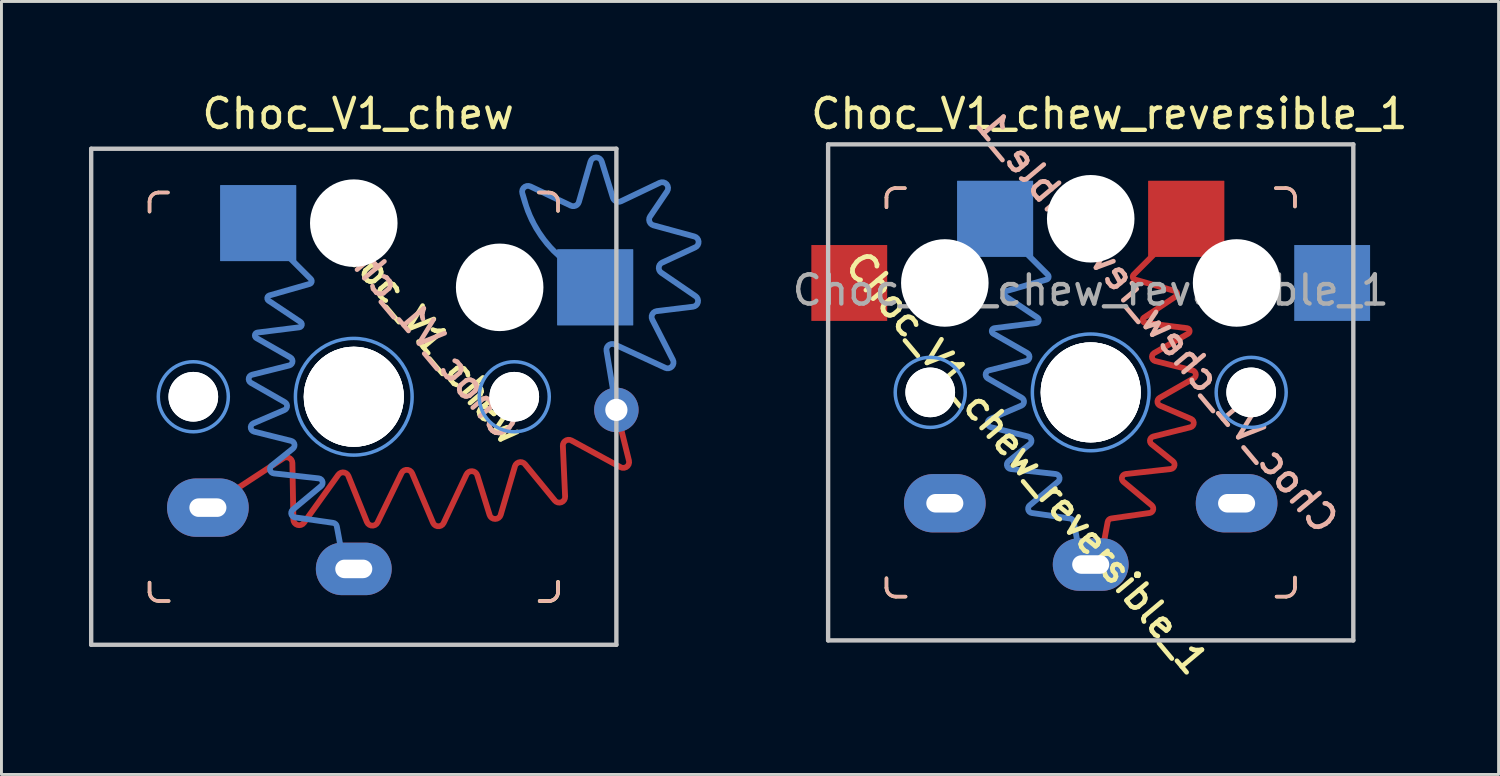
<source format=kicad_pcb>
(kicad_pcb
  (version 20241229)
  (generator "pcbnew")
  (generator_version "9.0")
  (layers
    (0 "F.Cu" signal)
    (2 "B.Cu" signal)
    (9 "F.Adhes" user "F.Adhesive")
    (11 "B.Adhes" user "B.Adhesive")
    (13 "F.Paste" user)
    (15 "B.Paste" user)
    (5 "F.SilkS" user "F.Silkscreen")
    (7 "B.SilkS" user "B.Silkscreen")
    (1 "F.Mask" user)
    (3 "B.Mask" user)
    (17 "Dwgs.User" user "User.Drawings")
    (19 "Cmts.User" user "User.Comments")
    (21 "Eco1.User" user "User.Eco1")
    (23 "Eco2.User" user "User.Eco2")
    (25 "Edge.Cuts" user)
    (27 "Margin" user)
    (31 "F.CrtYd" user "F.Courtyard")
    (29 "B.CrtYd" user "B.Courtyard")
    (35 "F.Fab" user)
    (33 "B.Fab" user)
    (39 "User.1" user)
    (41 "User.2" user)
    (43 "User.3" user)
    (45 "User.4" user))
  (footprint "Choc_V1_chew_reversible_1"
    (layer "F.Cu")
    (at 34.332 10.398)
    (property "Reference" "Choc_V1_chew_reversible_1" (at 0.64 -9.55 0) (layer "F.SilkS") (effects (font (size 1 1) (thickness 0.15))))
    (attr through_hole)
    (fp_line (start -7 -6.675) (end -7 -6.345) (stroke (width 0.12) (type solid)) (layer "F.SilkS"))
    (fp_line (start -7 6.7) (end -7 6.37) (stroke (width 0.12) (type solid)) (layer "F.SilkS"))
    (fp_line (start -6.7 -7) (end -6.37 -7) (stroke (width 0.12) (type solid)) (layer "F.SilkS"))
    (fp_line (start -6.675 7) (end -6.345 7) (stroke (width 0.12) (type solid)) (layer "F.SilkS"))
    (fp_line (start 6.675 -7) (end 6.345 -7) (stroke (width 0.12) (type solid)) (layer "F.SilkS"))
    (fp_line (start 6.7 7) (end 6.37 7) (stroke (width 0.12) (type solid)) (layer "F.SilkS"))
    (fp_line (start 7 -6.7) (end 7 -6.37) (stroke (width 0.12) (type solid)) (layer "F.SilkS"))
    (fp_line (start 7 6.675) (end 7 6.345) (stroke (width 0.12) (type solid)) (layer "F.SilkS"))
    (fp_arc (start -7.000002 -6.679998) (mid -6.916276 -6.902132) (end -6.7 -7) (stroke (width 0.12) (type solid)) (layer "F.SilkS"))
    (fp_arc (start -6.679999 7.000001) (mid -6.902133 6.916275) (end -7.000001 6.699999) (stroke (width 0.12) (type solid)) (layer "F.SilkS"))
    (fp_arc (start 6.679998 -7.000002) (mid 6.902132 -6.916277) (end 7 -6.7) (stroke (width 0.12) (type solid)) (layer "F.SilkS"))
    (fp_arc (start 7.000002 6.679998) (mid 6.916277 6.902132) (end 6.7 7) (stroke (width 0.12) (type solid)) (layer "F.SilkS"))
    (fp_line (start -7 -6.675) (end -7 -6.345) (stroke (width 0.12) (type solid)) (layer "B.SilkS"))
    (fp_line (start -7 6.7) (end -7 6.37) (stroke (width 0.12) (type solid)) (layer "B.SilkS"))
    (fp_line (start -6.7 -7) (end -6.37 -7) (stroke (width 0.12) (type solid)) (layer "B.SilkS"))
    (fp_line (start -6.675 7) (end -6.345 7) (stroke (width 0.12) (type solid)) (layer "B.SilkS"))
    (fp_line (start 6.675 -7) (end 6.345 -7) (stroke (width 0.12) (type solid)) (layer "B.SilkS"))
    (fp_line (start 6.7 7) (end 6.37 7) (stroke (width 0.12) (type solid)) (layer "B.SilkS"))
    (fp_line (start 7 -6.7) (end 7 -6.37) (stroke (width 0.12) (type solid)) (layer "B.SilkS"))
    (fp_line (start 7 6.675) (end 7 6.345) (stroke (width 0.12) (type solid)) (layer "B.SilkS"))
    (fp_arc (start -7.000002 -6.679998) (mid -6.916276 -6.902132) (end -6.7 -7) (stroke (width 0.12) (type solid)) (layer "B.SilkS"))
    (fp_arc (start -6.679999 7.000001) (mid -6.902133 6.916275) (end -7.000001 6.699999) (stroke (width 0.12) (type solid)) (layer "B.SilkS"))
    (fp_arc (start 6.679998 -7.000002) (mid 6.902132 -6.916277) (end 7 -6.7) (stroke (width 0.12) (type solid)) (layer "B.SilkS"))
    (fp_arc (start 7.000002 6.679998) (mid 6.916277 6.902132) (end 6.7 7) (stroke (width 0.12) (type solid)) (layer "B.SilkS"))
    (fp_line (start -9 -8.5) (end -9 8.5) (stroke (width 0.15) (type solid)) (layer "Dwgs.User"))
    (fp_line (start -9 8.5) (end 9 8.5) (stroke (width 0.15) (type solid)) (layer "Dwgs.User"))
    (fp_line (start 9 -8.5) (end -9 -8.5) (stroke (width 0.15) (type solid)) (layer "Dwgs.User"))
    (fp_line (start 9 -8.5) (end 9 8.5) (stroke (width 0.15) (type solid)) (layer "Dwgs.User"))
    (fp_circle (center -5.5 0) (end -6.7 0) (stroke (width 0.12) (type solid)) (fill no) (layer "Cmts.User"))
    (fp_circle (center 0 0) (end -2 0) (stroke (width 0.12) (type solid)) (fill no) (layer "Cmts.User"))
    (fp_circle (center 5.5 0) (end 4.3 0) (stroke (width 0.12) (type solid)) (fill no) (layer "Cmts.User"))
    (fp_text user "${REFERENCE}" (at -2.2 2.42 130) (layer "F.SilkS") (effects (font (size 0.9 0.9) (thickness 0.16))))
    (fp_text user "${REFERENCE}" (at 2.27 -2.42 130) (layer "B.SilkS") (effects (font (size 0.9 0.9) (thickness 0.16)) (justify mirror)))
    (fp_text user "${REFERENCE}" (at 0 -3.5 180) (layer "F.Fab") (effects (font (size 1 1) (thickness 0.15))))
    (pad "" np_thru_hole circle (at -5.5 0 180) (size 1.702 1.702) (drill 1.702) (layers "*.Cu" "*.Mask"))
    (pad "" np_thru_hole circle (at -5.5 0 358) (size 1.702 1.702) (drill 1.702) (layers "*.Cu" "*.Mask"))
    (pad "" np_thru_hole circle (at -5 -3.75 180) (size 3 3) (drill 3) (layers "*.Cu" "*.Mask"))
    (pad "" np_thru_hole circle (at 0 -5.95 180) (size 3 3) (drill 3) (layers "*.Cu" "*.Mask"))
    (pad "" np_thru_hole circle (at 0 0 2) (size 3.429 3.429) (drill 3.429) (layers "*.Cu" "*.Mask"))
    (pad "" np_thru_hole circle (at 0 0 358) (size 3.429 3.429) (drill 3.429) (layers "*.Cu" "*.Mask"))
    (pad "" np_thru_hole circle (at 0 0 180) (size 3.429 3.429) (drill 3.429) (layers "*.Cu" "*.Mask"))
    (pad "" np_thru_hole circle (at 5 -3.75 180) (size 3 3) (drill 3) (layers "*.Cu" "*.Mask"))
    (pad "" np_thru_hole circle (at 5.5 0 358) (size 1.702 1.702) (drill 1.702) (layers "*.Cu" "*.Mask"))
    (pad "" np_thru_hole circle (at 5.5 0 180) (size 1.702 1.702) (drill 1.702) (layers "*.Cu" "*.Mask"))
    (pad "1" smd rect (at -3.275 -5.95 180) (size 2.6 2.6) (layers "B.Cu" "B.Mask" "B.Paste"))
    (pad "1" smd custom (at -3.275 -5.95 180) (size 2.6 2.6) (layers "B.Cu") (options (anchor rect)) (primitives (gr_line (start -0.425 -0.537) (end -1.805 -1.917) (width 0.2)) (gr_arc (start -1.804588 -1.916576) (mid -1.830646 -2.012346) (end -1.761349 -2.083439) (width 0.2)) (gr_line (start -1.761 -2.083) (end -0.383 -2.477) (width 0.2)) (gr_arc (start -0.354688 -2.656701) (mid -0.311316 -2.558039) (end -0.382686 -2.477343) (width 0.2)) (gr_line (start -0.355 -2.657) (end -1.451 -3.388) (width 0.2)) (gr_arc (start -1.451121 -3.387656) (mid -1.492971 -3.493827) (end -1.408054 -3.570089) (width 0.2)) (gr_line (start -1.408 -3.57) (end 0.028 -3.75) (width 0.2)) (gr_arc (start 0.064765 -3.935592) (mid 0.113219 -3.82914) (end 0.027554 -3.74954) (width 0.2)) (gr_line (start -1.101 -4.602) (end 0.065 -3.936) (width 0.2)) (gr_arc (start -1.100634 -4.601534) (mid -1.174812 -4.752253) (end -1.062593 -4.877292) (width 0.2)) (gr_line (start 0.213 -5.196) (end -1.063 -4.877) (width 0.2)) (gr_arc (start 0.25111 -5.471966) (mid 0.325288 -5.321247) (end 0.213069 -5.196208) (width 0.2)) (gr_line (start -0.913 -6.137) (end 0.251 -5.472) (width 0.2)) (gr_arc (start -0.913225 -6.1373) (mid -0.98855 -6.276109) (end -0.897892 -6.405409) (width 0.2)) (gr_line (start 0.166 -6.861) (end -0.898 -6.405) (width 0.2)) (gr_arc (start 0.143264 -7.144743) (mid 0.256343 -7.011219) (end 0.165972 -6.86135) (width 0.2)) (gr_line (start -1.131 -7.463) (end 0.143 -7.145) (width 0.2)) (gr_arc (start -1.130942 -7.463295) (mid -1.241141 -7.576844) (end -1.188266 -7.725946) (width 0.2)) (gr_line (start -0.458 -8.311) (end -1.188 -7.726) (width 0.2)) (gr_arc (start -0.534679 -8.576741) (mid -0.407179 -8.469401) (end -0.45754 -8.310528) (width 0.2)) (gr_line (start -2.075 -8.748) (end -0.535 -8.577) (width 0.2)) (gr_arc (start -2.074784 -8.747864) (mid -2.201908 -8.853758) (end -2.154247 -9.012179) (width 0.2)) (gr_line (start -1.184 -9.821) (end -2.154 -9.012) (width 0.2)) (gr_arc (start -1.258786 -10.084468) (mid -1.135641 -9.976906) (end -1.183972 -9.820742) (width 0.2)) (gr_line (start -2.568 -10.272) (end -1.259 -10.084) (width 0.2)) (gr_arc (start -2.568102 -10.271513) (mid -2.650746 -10.31178) (end -2.694381 -10.392692) (width 0.2)) (gr_line (start -2.925 -11.637) (end -2.694 -10.393) (width 0.2))))
    (pad "1" thru_hole oval (at 0 5.9 180) (size 2.6 1.8) (drill oval 1.27 0.635) (layers "*.Cu" "*.Mask"))
    (pad "1" smd rect (at 3.275 -5.95 180) (size 2.6 2.6) (layers "F.Cu" "F.Mask" "F.Paste"))
    (pad "1" smd custom (at 3.275 -5.95 180) (size 2.6 2.6) (layers "F.Cu") (options (anchor rect)) (primitives (gr_line (start 1.805 -1.917) (end 0.425 -0.537) (width 0.2)) (gr_arc (start 1.761349 -2.083439) (mid 1.830699 -2.01236) (end 1.804588 -1.916576) (width 0.2)) (gr_line (start 0.383 -2.477) (end 1.761 -2.083) (width 0.2)) (gr_arc (start 0.382686 -2.477343) (mid 0.311398 -2.558052) (end 0.354688 -2.656701) (width 0.2)) (gr_line (start 1.451 -3.388) (end 0.355 -2.657) (width 0.2)) (gr_arc (start 1.408054 -3.570089) (mid 1.492995 -3.493832) (end 1.451121 -3.387656) (width 0.2)) (gr_line (start -0.028 -3.75) (end 1.408 -3.57) (width 0.2)) (gr_arc (start -0.027554 -3.74954) (mid -0.113181 -3.829147) (end -0.064765 -3.935592) (width 0.2)) (gr_line (start -0.065 -3.936) (end 1.101 -4.602) (width 0.2)) (gr_arc (start 1.062593 -4.877292) (mid 1.174861 -4.75226) (end 1.100634 -4.601534) (width 0.2)) (gr_line (start 1.063 -4.877) (end -0.213 -5.196) (width 0.2)) (gr_arc (start -0.213069 -5.196208) (mid -0.325337 -5.32124) (end -0.25111 -5.471966) (width 0.2)) (gr_line (start -0.251 -5.472) (end 0.913 -6.137) (width 0.2)) (gr_arc (start 0.897892 -6.405409) (mid 0.988523 -6.276108) (end 0.913225 -6.1373) (width 0.2)) (gr_line (start 0.898 -6.405) (end -0.166 -6.861) (width 0.2)) (gr_arc (start -0.165972 -6.86135) (mid -0.256404 -7.011224) (end -0.143264 -7.144743) (width 0.2)) (gr_line (start -0.143 -7.145) (end 1.131 -7.463) (width 0.2)) (gr_arc (start 1.188266 -7.725946) (mid 1.241083 -7.576857) (end 1.130942 -7.463295) (width 0.2)) (gr_line (start 1.188 -7.726) (end 0.458 -8.311) (width 0.2)) (gr_arc (start 0.45754 -8.310528) (mid 0.407184 -8.4694) (end 0.534679 -8.576741) (width 0.2)) (gr_line (start 0.535 -8.577) (end 2.075 -8.748) (width 0.2)) (gr_arc (start 2.154247 -9.012179) (mid 2.20188 -8.853767) (end 2.074784 -8.747864) (width 0.2)) (gr_line (start 2.154 -9.012) (end 1.184 -9.821) (width 0.2)) (gr_arc (start 1.183972 -9.820742) (mid 1.135702 -9.976889) (end 1.258786 -10.084468) (width 0.2)) (gr_line (start 1.259 -10.084) (end 2.568 -10.272) (width 0.2)) (gr_arc (start 2.694381 -10.392692) (mid 2.650737 -10.31179) (end 2.568102 -10.271513) (width 0.2)) (gr_line (start 2.694 -10.393) (end 2.925 -11.637) (width 0.2))))
    (pad "2" smd rect (at -8.275 -3.75 180) (size 2.6 2.6) (layers "F.Cu" "F.Mask" "F.Paste"))
    (pad "2" thru_hole oval (at -5 3.8 180) (size 2.8 2) (drill oval 1.27 0.635) (layers "*.Cu" "*.Mask"))
    (pad "2" thru_hole oval (at 5 3.8 180) (size 2.8 2) (drill oval 1.27 0.635) (layers "*.Cu" "*.Mask"))
    (pad "2" smd rect (at 8.275 -3.75 180) (size 2.6 2.6) (layers "B.Cu" "B.Mask" "B.Paste")))
  (footprint "Choc_V1_chew"
    (layer "F.Cu")
    (at 9.075 10.548)
    (property "Reference" "Choc_V1_chew" (at 0.15 -9.7 0) (layer "F.SilkS") (effects (font (size 1 1) (thickness 0.15))))
    (attr through_hole)
    (fp_line (start -7 -6.675) (end -7 -6.345) (stroke (width 0.12) (type solid)) (layer "F.SilkS"))
    (fp_line (start -7 6.7) (end -7 6.37) (stroke (width 0.12) (type solid)) (layer "F.SilkS"))
    (fp_line (start -6.7 -7) (end -6.37 -7) (stroke (width 0.12) (type solid)) (layer "F.SilkS"))
    (fp_line (start -6.675 7) (end -6.345 7) (stroke (width 0.12) (type solid)) (layer "F.SilkS"))
    (fp_line (start 6.675 -7) (end 6.345 -7) (stroke (width 0.12) (type solid)) (layer "F.SilkS"))
    (fp_line (start 6.7 7) (end 6.37 7) (stroke (width 0.12) (type solid)) (layer "F.SilkS"))
    (fp_line (start 6.7 7) (end 6.37 7) (stroke (width 0.12) (type solid)) (layer "F.SilkS"))
    (fp_line (start 7 6.675) (end 7 6.345) (stroke (width 0.12) (type solid)) (layer "F.SilkS"))
    (fp_line (start 7 -6.7) (end 7 -6.37) (stroke (width 0.12) (type solid)) (layer "F.SilkS"))
    (fp_line (start 7 6.675) (end 7 6.345) (stroke (width 0.12) (type solid)) (layer "F.SilkS"))
    (fp_arc (start -7.000002 -6.679997) (mid -6.916276 -6.902132) (end -6.7 -7.000001) (stroke (width 0.12) (type solid)) (layer "F.SilkS"))
    (fp_arc (start -6.679999 7.000002) (mid -6.902134 6.916276) (end -7.000001 6.699998) (stroke (width 0.12) (type solid)) (layer "F.SilkS"))
    (fp_arc (start 6.679997 -7.000002) (mid 6.902132 -6.916277) (end 7.000001 -6.7) (stroke (width 0.12) (type solid)) (layer "F.SilkS"))
    (fp_arc (start 7.000002 6.679997) (mid 6.916277 6.902132) (end 6.7 7.000001) (stroke (width 0.12) (type solid)) (layer "F.SilkS"))
    (fp_arc (start 7.000002 6.679999) (mid 6.916276 6.902134) (end 6.699998 7.000001) (stroke (width 0.12) (type solid)) (layer "F.SilkS"))
    (fp_line (start -7 -6.675) (end -7 -6.345) (stroke (width 0.12) (type solid)) (layer "B.SilkS"))
    (fp_line (start -7 6.7) (end -7 6.37) (stroke (width 0.12) (type solid)) (layer "B.SilkS"))
    (fp_line (start -6.7 -7) (end -6.37 -7) (stroke (width 0.12) (type solid)) (layer "B.SilkS"))
    (fp_line (start -6.675 7) (end -6.345 7) (stroke (width 0.12) (type solid)) (layer "B.SilkS"))
    (fp_line (start 6.675 -7) (end 6.345 -7) (stroke (width 0.12) (type solid)) (layer "B.SilkS"))
    (fp_line (start 6.7 7) (end 6.37 7) (stroke (width 0.12) (type solid)) (layer "B.SilkS"))
    (fp_line (start 7 6.675) (end 7 6.345) (stroke (width 0.12) (type solid)) (layer "B.SilkS"))
    (fp_line (start 7 -6.7) (end 7 -6.37) (stroke (width 0.12) (type solid)) (layer "B.SilkS"))
    (fp_arc (start -7.000002 -6.679997) (mid -6.916276 -6.902132) (end -6.7 -7.000001) (stroke (width 0.12) (type solid)) (layer "B.SilkS"))
    (fp_arc (start -6.679999 7.000002) (mid -6.902134 6.916276) (end -7.000001 6.699998) (stroke (width 0.12) (type solid)) (layer "B.SilkS"))
    (fp_arc (start 6.679997 -7.000002) (mid 6.902132 -6.916277) (end 7.000001 -6.7) (stroke (width 0.12) (type solid)) (layer "B.SilkS"))
    (fp_arc (start 7.000002 6.679999) (mid 6.916276 6.902134) (end 6.699998 7.000001) (stroke (width 0.12) (type solid)) (layer "B.SilkS"))
    (fp_line (start -9 -8.5) (end -9 8.5) (stroke (width 0.15) (type solid)) (layer "Dwgs.User"))
    (fp_line (start -9 8.5) (end 9 8.5) (stroke (width 0.15) (type solid)) (layer "Dwgs.User"))
    (fp_line (start 9 -8.5) (end -9 -8.5) (stroke (width 0.15) (type solid)) (layer "Dwgs.User"))
    (fp_line (start 9 -8.5) (end 9 8.5) (stroke (width 0.15) (type solid)) (layer "Dwgs.User"))
    (fp_circle (center -5.5 -0.000001) (end -6.7 0) (stroke (width 0.12) (type solid)) (fill no) (layer "Cmts.User"))
    (fp_circle (center 0 0) (end -2 0) (stroke (width 0.12) (type solid)) (fill no) (layer "Cmts.User"))
    (fp_circle (center 5.5 0.000001) (end 4.3 0.000001) (stroke (width 0.12) (type solid)) (fill no) (layer "Cmts.User"))
    (fp_text user "${REFERENCE}" (at 2.45 -2.25 130) (layer "F.SilkS") (effects (font (size 0.9 0.9) (thickness 0.16))))
    (fp_text user "${REFERENCE}" (at 2.27 -2.42 130) (layer "B.SilkS") (effects (font (size 0.9 0.9) (thickness 0.16)) (justify mirror)))
    (pad "" np_thru_hole circle (at -5.5 -0.000001 180) (size 1.702 1.702) (drill 1.702) (layers "*.Cu" "*.Mask"))
    (pad "" np_thru_hole circle (at -5.5 -0.000001 358) (size 1.702 1.702) (drill 1.702) (layers "*.Cu" "*.Mask"))
    (pad "" np_thru_hole circle (at 0 0 358) (size 3.429 3.429) (drill 3.429) (layers "*.Cu" "*.Mask"))
    (pad "" np_thru_hole circle (at 0 0 2) (size 3.429 3.429) (drill 3.429) (layers "*.Cu" "*.Mask"))
    (pad "" np_thru_hole circle (at 0 0 180) (size 3.429 3.429) (drill 3.429) (layers "*.Cu" "*.Mask"))
    (pad "" np_thru_hole circle (at 0.000001 -5.95 180) (size 3 3) (drill 3) (layers "*.Cu" "*.Mask"))
    (pad "" np_thru_hole circle (at 5 -3.75 180) (size 3 3) (drill 3) (layers "*.Cu" "*.Mask"))
    (pad "" np_thru_hole circle (at 5.5 0.000001 358) (size 1.702 1.702) (drill 1.702) (layers "*.Cu" "*.Mask"))
    (pad "" np_thru_hole circle (at 5.5 0.000001 180) (size 1.702 1.702) (drill 1.702) (layers "*.Cu" "*.Mask"))
    (pad "1" smd rect (at -3.275 -5.95 180) (size 2.6 2.6) (layers "B.Cu" "B.Mask" "B.Paste"))
    (pad "1" smd custom (at -3.275 -5.95 180) (size 2.6 2.6) (layers "B.Cu") (options (anchor rect)) (primitives (gr_line (start -0.425 -0.537) (end -1.805 -1.917) (width 0.2)) (gr_arc (start -1.804588 -1.916576) (mid -1.830646 -2.012346) (end -1.761349 -2.083439) (width 0.2)) (gr_line (start -1.761 -2.083) (end -0.383 -2.477) (width 0.2)) (gr_arc (start -0.354688 -2.656701) (mid -0.311316 -2.558039) (end -0.382686 -2.477343) (width 0.2)) (gr_line (start -0.355 -2.657) (end -1.451 -3.388) (width 0.2)) (gr_arc (start -1.451121 -3.387656) (mid -1.492971 -3.493827) (end -1.408054 -3.570089) (width 0.2)) (gr_line (start -1.408 -3.57) (end 0.028 -3.75) (width 0.2)) (gr_arc (start 0.064765 -3.935592) (mid 0.113219 -3.82914) (end 0.027554 -3.74954) (width 0.2)) (gr_line (start -1.101 -4.602) (end 0.065 -3.936) (width 0.2)) (gr_arc (start -1.100634 -4.601534) (mid -1.174812 -4.752253) (end -1.062593 -4.877292) (width 0.2)) (gr_line (start 0.213 -5.196) (end -1.063 -4.877) (width 0.2)) (gr_arc (start 0.25111 -5.471966) (mid 0.325288 -5.321247) (end 0.213069 -5.196208) (width 0.2)) (gr_line (start -0.913 -6.137) (end 0.251 -5.472) (width 0.2)) (gr_arc (start -0.913225 -6.1373) (mid -0.98855 -6.276109) (end -0.897892 -6.405409) (width 0.2)) (gr_line (start 0.166 -6.861) (end -0.898 -6.405) (width 0.2)) (gr_arc (start 0.143264 -7.144743) (mid 0.256343 -7.011219) (end 0.165972 -6.86135) (width 0.2)) (gr_line (start -1.131 -7.463) (end 0.143 -7.145) (width 0.2)) (gr_arc (start -1.130942 -7.463295) (mid -1.241141 -7.576844) (end -1.188266 -7.725946) (width 0.2)) (gr_line (start -0.458 -8.311) (end -1.188 -7.726) (width 0.2)) (gr_arc (start -0.534679 -8.576741) (mid -0.407179 -8.469401) (end -0.45754 -8.310528) (width 0.2)) (gr_line (start -2.075 -8.748) (end -0.535 -8.577) (width 0.2)) (gr_arc (start -2.074784 -8.747864) (mid -2.201908 -8.853758) (end -2.154247 -9.012179) (width 0.2)) (gr_line (start -1.184 -9.821) (end -2.154 -9.012) (width 0.2)) (gr_arc (start -1.258786 -10.084468) (mid -1.135641 -9.976906) (end -1.183972 -9.820742) (width 0.2)) (gr_line (start -2.568 -10.272) (end -1.259 -10.084) (width 0.2)) (gr_arc (start -2.568102 -10.271513) (mid -2.650746 -10.31178) (end -2.694381 -10.392692) (width 0.2)) (gr_line (start -2.925 -11.637) (end -2.694 -10.393) (width 0.2))))
    (pad "1" thru_hole oval (at 0.000001 5.9 180) (size 2.6 1.8) (drill oval 1.27 0.635) (layers "*.Cu" "*.Mask"))
    (pad "2" smd custom (at -5 3.8 180) (size 1.154 1.154) (layers "F.Cu") (options (anchor circle)) (primitives (gr_line (start 0 0) (end -2.587 1.692) (width 0.2)) (gr_arc (start -2.586809 1.69172) (mid -2.789904 1.701066) (end -2.896244 1.527784) (width 0.2)) (gr_line (start -2.896 1.528) (end -2.93 -0.405) (width 0.2)) (gr_arc (start -3.292153 -0.518199) (mid -3.070039 -0.592705) (end -2.929572 -0.40521) (width 0.2)) (gr_line (start -3.292 -0.518) (end -4.468 1.124) (width 0.2)) (gr_arc (start -4.468092 1.124061) (mid -4.654442 1.206209) (end -4.816178 1.08245) (width 0.2)) (gr_line (start -4.816 1.082) (end -5.451 -0.492) (width 0.2)) (gr_arc (start -5.816852 -0.504905) (mid -5.630082 -0.61737) (end -5.451492 -0.492318) (width 0.2)) (gr_line (start -5.817 -0.505) (end -6.637 1.184) (width 0.2)) (gr_arc (start -6.637349 1.183555) (mid -6.822511 1.296075) (end -7.001478 1.173949) (width 0.2)) (gr_line (start -7.001 1.174) (end -7.716 -0.517) (width 0.2)) (gr_arc (start -8.080811 -0.524323) (mid -7.895824 -0.639161) (end -7.715587 -0.517006) (width 0.2)) (gr_line (start -8.081 -0.524) (end -8.861 1.134) (width 0.2)) (gr_arc (start -8.860755 1.133876) (mid -9.055587 1.248274) (end -9.23274 1.108055) (width 0.2)) (gr_line (start -9.233 1.108) (end -9.654 -0.247) (width 0.2)) (gr_arc (start -10.036447 -0.244166) (mid -9.84611 -0.387883) (end -9.653523 -0.247193) (width 0.2)) (gr_line (start -10.036 -0.244) (end -10.523 1.417) (width 0.2)) (gr_arc (start -10.523474 1.416721) (mid -10.675508 1.5564) (end -10.870046 1.48726) (width 0.2)) (gr_line (start -10.87 1.487) (end -11.889 0.245) (width 0.2)) (gr_arc (start -12.243203 0.380669) (mid -12.114916 0.185023) (end -11.888748 0.24494) (width 0.2)) (gr_line (start -12.243 0.381) (end -12.166 2.116) (width 0.2)) (gr_arc (start -12.165784 2.11615) (mid -12.259586 2.294662) (end -12.46115 2.300755) (width 0.2)) (gr_line (start -12.461 2.301) (end -14.141 1.387) (width 0.2)) (gr_arc (start -14.430825 1.610738) (mid -14.358955 1.404371) (end -14.141128 1.386959) (width 0.2)) (gr_line (start -14.431 1.611) (end -14 3.35) (width 0.2))))
    (pad "2" thru_hole oval (at -5 3.8 180) (size 2.8 2) (drill oval 1.27 0.635) (layers "*.Cu" "*.Mask"))
    (pad "2" smd rect (at 8.275 -3.75 180) (size 2.6 2.6) (layers "B.Cu" "B.Mask" "B.Paste"))
    (pad "2" smd custom (at 8.275 -3.75 180) (size 2.6 2.6) (layers "B.Cu") (options (anchor rect)) (primitives (gr_arc (start 1.194231 1.035959) (mid 1.93508 1.8902) (end 2.40727 2.917634) (width 0.2)) (gr_line (start 1.194 1.036) (end 0 0) (width 0.2)) (gr_line (start 2.497 3.22) (end 2.407 2.918) (width 0.2)) (gr_arc (start 2.497095 3.219773) (mid 2.435476 3.42868) (end 2.219576 3.457423) (width 0.2)) (gr_line (start 0.838 2.801) (end 2.22 3.457) (width 0.2)) (gr_arc (start 0.559669 2.926143) (mid 0.669707 2.799321) (end 0.837624 2.800995) (width 0.2)) (gr_line (start 0.161 4.308) (end 0.56 2.926) (width 0.2)) (gr_arc (start 0.160535 4.307761) (mid -0.029708 4.45227) (end -0.222665 4.31139) (width 0.2)) (gr_line (start -0.607 3.071) (end -0.223 4.311) (width 0.2)) (gr_arc (start -0.883795 2.949651) (mid -0.717415 2.946901) (end -0.606592 3.07101) (width 0.2)) (gr_line (start -2.211 3.583) (end -0.884 2.95) (width 0.2)) (gr_arc (start -2.210868 3.583027) (mid -2.4486 3.532985) (end -2.462671 3.290469) (width 0.2)) (gr_line (start -1.882 2.431) (end -2.463 3.29) (width 0.2)) (gr_arc (start -1.994624 2.126465) (mid -1.859692 2.249912) (end -1.88159 2.43148) (width 0.2)) (gr_line (start -3.395 1.744) (end -1.995 2.126) (width 0.2)) (gr_arc (start -3.395302 1.744462) (mid -3.542014 1.5681) (end -3.42649 1.369917) (width 0.2)) (gr_line (start -2.295 0.848) (end -3.426 1.37) (width 0.2)) (gr_arc (start -2.265823 0.501015) (mid -2.17946 0.682835) (end -2.294949 0.847668) (width 0.2)) (gr_line (start -3.437 -0.301) (end -2.266 0.501) (width 0.2)) (gr_arc (start -3.437408 -0.300596) (mid -3.518772 -0.513075) (end -3.348682 -0.664186) (width 0.2)) (gr_line (start -2.109 -0.815) (end -3.349 -0.664) (width 0.2)) (gr_arc (start -1.955443 -1.104957) (mid -1.956889 -0.920071) (end -2.109281 -0.815333) (width 0.2)) (gr_line (start -2.661 -2.485) (end -1.955 -1.105) (width 0.2)) (gr_arc (start -2.661407 -2.484797) (mid -2.627626 -2.714412) (end -2.399546 -2.757484) (width 0.2)) (gr_line (start -0.668 -1.958) (end -2.4 -2.757) (width 0.2)) (gr_arc (start -0.387148 -2.172891) (mid -0.463102 -1.981014) (end -0.668239 -1.958419) (width 0.2)) (gr_line (start -0.725 -4.2) (end -0.387 -2.173) (width 0.2))))
    (pad "2" thru_hole circle (at 9 0.45) (size 1.524 1.524) (drill 0.762) (layers "*.Cu" "*.Mask")))
  (gr_rect
    (start -3 -3)
    (end 48.311 23.494)
    (stroke (width 0.1) (type default))
    (fill no)
    (layer "Edge.Cuts")))
</source>
